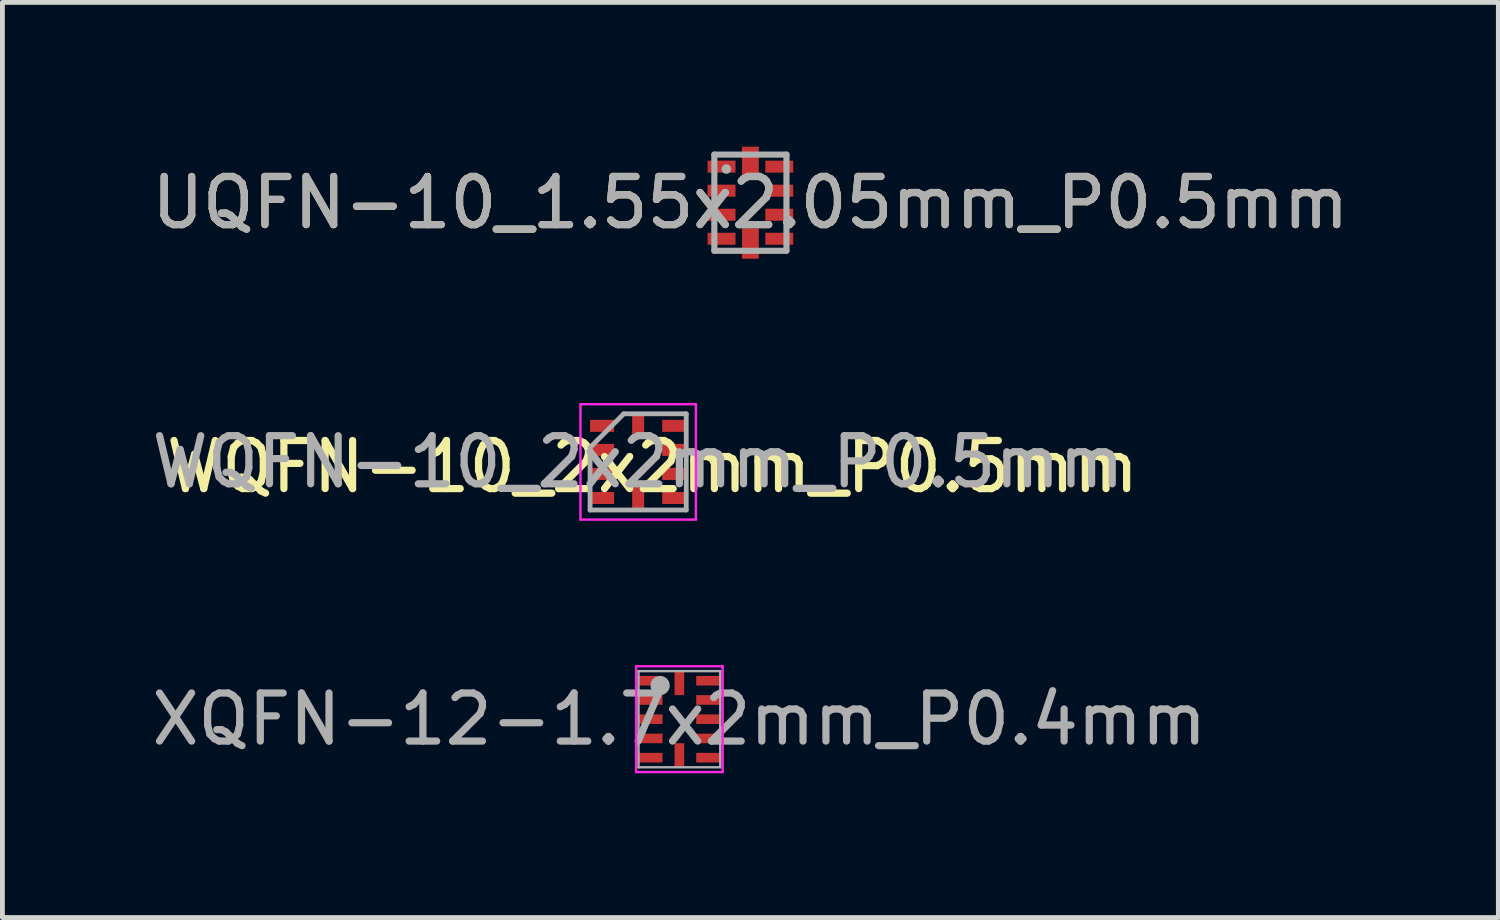
<source format=kicad_pcb>
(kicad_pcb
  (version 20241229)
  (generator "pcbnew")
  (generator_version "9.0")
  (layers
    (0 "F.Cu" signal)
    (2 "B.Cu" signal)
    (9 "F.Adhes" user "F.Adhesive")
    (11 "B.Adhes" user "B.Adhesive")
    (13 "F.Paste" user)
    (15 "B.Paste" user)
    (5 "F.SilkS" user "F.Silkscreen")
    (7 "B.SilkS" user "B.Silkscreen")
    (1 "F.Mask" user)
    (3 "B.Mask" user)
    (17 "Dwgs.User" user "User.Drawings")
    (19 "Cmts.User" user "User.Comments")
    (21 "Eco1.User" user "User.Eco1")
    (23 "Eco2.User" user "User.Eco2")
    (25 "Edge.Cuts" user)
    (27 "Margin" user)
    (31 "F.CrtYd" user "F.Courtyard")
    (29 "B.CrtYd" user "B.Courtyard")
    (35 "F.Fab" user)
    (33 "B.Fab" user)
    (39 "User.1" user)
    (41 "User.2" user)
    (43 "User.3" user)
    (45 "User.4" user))
  (footprint "XQFN-12-1.7x2mm_P0.4mm"
    (layer "F.Cu")
    (at 11.077 11.905)
    (property "Reference" "XQFN-12-1.7x2mm_P0.4mm" (at 0 0 0) (unlocked yes) (layer "F.SilkS") (effects (font (size 1 1) (thickness 0.1))))
    (attr smd)
    (fp_line (start -0.9 -1.1) (end 0.9 -1.1) (stroke (width 0.05) (type default)) (layer "F.CrtYd"))
    (fp_line (start -0.9 1.1) (end -0.9 -1.1) (stroke (width 0.05) (type default)) (layer "F.CrtYd"))
    (fp_line (start 0.9 -1.1) (end 0.9 1.1) (stroke (width 0.05) (type default)) (layer "F.CrtYd"))
    (fp_line (start 0.9 1.1) (end -0.9 1.1) (stroke (width 0.05) (type default)) (layer "F.CrtYd"))
    (fp_line (start -0.85 -1) (end -0.85 1) (stroke (width 0.05) (type solid)) (layer "F.Fab"))
    (fp_line (start -0.85 1) (end 0.85 1) (stroke (width 0.05) (type solid)) (layer "F.Fab"))
    (fp_line (start 0.85 -1) (end -0.85 -1) (stroke (width 0.05) (type solid)) (layer "F.Fab"))
    (fp_line (start 0.85 1) (end 0.85 -1) (stroke (width 0.05) (type solid)) (layer "F.Fab"))
    (fp_circle (center -0.4 -0.7) (end -0.3 -0.7) (stroke (width 0.2) (type default)) (fill no) (layer "F.Fab"))
    (fp_text user "${REFERENCE}" (at 0 0 0) (unlocked yes) (layer "F.Fab") (effects (font (size 1 1) (thickness 0.15))))
    (pad "1" smd rect (at -0.6 -0.8) (size 0.5 0.2) (layers "F.Cu" "F.Mask" "F.Paste"))
    (pad "2" smd rect (at -0.6 -0.4) (size 0.5 0.2) (layers "F.Cu" "F.Mask" "F.Paste"))
    (pad "3" smd rect (at -0.6 0) (size 0.5 0.2) (layers "F.Cu" "F.Mask" "F.Paste"))
    (pad "4" smd rect (at -0.6 0.4) (size 0.5 0.2) (layers "F.Cu" "F.Mask" "F.Paste"))
    (pad "5" smd rect (at -0.6 0.8) (size 0.5 0.2) (layers "F.Cu" "F.Mask" "F.Paste"))
    (pad "6" smd rect (at 0 0.75 90) (size 0.5 0.2) (layers "F.Cu" "F.Mask" "F.Paste"))
    (pad "7" smd rect (at 0.6 0.8) (size 0.5 0.2) (layers "F.Cu" "F.Mask" "F.Paste"))
    (pad "8" smd rect (at 0.6 0.4) (size 0.5 0.2) (layers "F.Cu" "F.Mask" "F.Paste"))
    (pad "9" smd rect (at 0.6 0) (size 0.5 0.2) (layers "F.Cu" "F.Mask" "F.Paste"))
    (pad "10" smd rect (at 0.6 -0.4) (size 0.5 0.2) (layers "F.Cu" "F.Mask" "F.Paste"))
    (pad "11" smd rect (at 0.6 -0.8) (size 0.5 0.2) (layers "F.Cu" "F.Mask" "F.Paste"))
    (pad "12" smd rect (at 0 -0.75 90) (size 0.5 0.2) (layers "F.Cu" "F.Mask" "F.Paste")))
  (footprint "WQFN-10_2x2mm_P0.5mm"
    (layer "F.Cu")
    (at 10.22 6.555)
    (property "Reference" "WQFN-10_2x2mm_P0.5mm" (at 0.3 0.1 0) (layer "F.SilkS") (effects (font (size 1 1) (thickness 0.15))))
    (attr smd)
    (fp_line (start -1.2 -1.2) (end -1.2 1.2) (stroke (width 0.05) (type solid)) (layer "F.CrtYd"))
    (fp_line (start -1.2 1.2) (end 1.2 1.2) (stroke (width 0.05) (type solid)) (layer "F.CrtYd"))
    (fp_line (start 1.2 -1.2) (end -1.2 -1.2) (stroke (width 0.05) (type solid)) (layer "F.CrtYd"))
    (fp_line (start 1.2 1.2) (end 1.2 -1.2) (stroke (width 0.05) (type solid)) (layer "F.CrtYd"))
    (fp_line (start -1 -0.3) (end -0.3 -1) (stroke (width 0.1) (type solid)) (layer "F.Fab"))
    (fp_line (start -1 1) (end -1 -0.3) (stroke (width 0.1) (type solid)) (layer "F.Fab"))
    (fp_line (start -0.3 -1) (end 1 -1) (stroke (width 0.1) (type solid)) (layer "F.Fab"))
    (fp_line (start 1 -1) (end 1 1) (stroke (width 0.1) (type solid)) (layer "F.Fab"))
    (fp_line (start 1 1) (end -1 1) (stroke (width 0.1) (type solid)) (layer "F.Fab"))
    (fp_text user "${REFERENCE}" (at 0 0 0) (layer "F.Fab") (effects (font (size 1 1) (thickness 0.15))))
    (pad "1" smd rect (at -0.75 -0.75) (size 0.5 0.25) (layers "F.Cu" "F.Mask" "F.Paste"))
    (pad "2" smd rect (at -0.75 -0.25) (size 0.5 0.25) (layers "F.Cu" "F.Mask" "F.Paste"))
    (pad "3" smd rect (at -0.75 0.25) (size 0.5 0.25) (layers "F.Cu" "F.Mask" "F.Paste"))
    (pad "4" smd rect (at -0.75 0.75 90) (size 0.25 0.5) (layers "F.Cu" "F.Mask" "F.Paste"))
    (pad "5" smd rect (at 0 0.75) (size 0.25 0.5) (layers "F.Cu" "F.Mask" "F.Paste"))
    (pad "6" smd rect (at 0.75 0.75 90) (size 0.25 0.5) (layers "F.Cu" "F.Mask" "F.Paste"))
    (pad "7" smd rect (at 0.75 0.25 90) (size 0.25 0.5) (layers "F.Cu" "F.Mask" "F.Paste"))
    (pad "8" smd rect (at 0.75 -0.25) (size 0.5 0.25) (layers "F.Cu" "F.Mask" "F.Paste"))
    (pad "9" smd rect (at 0.75 -0.75) (size 0.5 0.25) (layers "F.Cu" "F.Mask" "F.Paste"))
    (pad "10" smd rect (at 0 -0.75 90) (size 0.5 0.25) (layers "F.Cu" "F.Mask" "F.Paste")))
  (footprint "UQFN-10_1.55x2.05mm_P0.5mm"
    (layer "F.Cu")
    (at 12.554 1.165)
    (property "Reference" "UQFN-10_1.55x2.05mm_P0.5mm" (at 0 0 0) (layer "F.SilkS") (effects (font (size 1 1) (thickness 0.15))))
    (attr smd)
    (fp_line (start -0.75 -1) (end 0.75 -1) (stroke (width 0.127) (type solid)) (layer "F.Fab"))
    (fp_line (start -0.75 1) (end -0.75 -1) (stroke (width 0.127) (type solid)) (layer "F.Fab"))
    (fp_line (start 0.75 -1) (end 0.75 1) (stroke (width 0.127) (type solid)) (layer "F.Fab"))
    (fp_line (start 0.75 1) (end -0.75 1) (stroke (width 0.127) (type solid)) (layer "F.Fab"))
    (fp_circle (center -0.5 -0.7) (end -0.45 -0.7) (stroke (width 0.1) (type solid)) (fill no) (layer "F.Fab"))
    (fp_text user "${REFERENCE}" (at 0 0 0) (layer "F.Fab") (effects (font (size 1 1) (thickness 0.15))))
    (pad "1" smd rect (at -0.6 -0.75) (size 0.58 0.25) (layers "F.Cu" "F.Mask" "F.Paste"))
    (pad "2" smd rect (at -0.6 -0.25) (size 0.58 0.25) (layers "F.Cu" "F.Mask" "F.Paste"))
    (pad "3" smd rect (at -0.6 0.25) (size 0.58 0.25) (layers "F.Cu" "F.Mask" "F.Paste"))
    (pad "4" smd rect (at -0.6 0.75) (size 0.58 0.25) (layers "F.Cu" "F.Mask" "F.Paste"))
    (pad "5" smd rect (at 0 0.85 90) (size 0.63 0.35) (layers "F.Cu" "F.Mask" "F.Paste"))
    (pad "6" smd rect (at 0.6 0.75) (size 0.58 0.25) (layers "F.Cu" "F.Mask" "F.Paste"))
    (pad "7" smd rect (at 0.6 0.25) (size 0.58 0.25) (layers "F.Cu" "F.Mask" "F.Paste"))
    (pad "8" smd rect (at 0.6 -0.25) (size 0.58 0.25) (layers "F.Cu" "F.Mask" "F.Paste"))
    (pad "9" smd rect (at 0.6 -0.75) (size 0.58 0.25) (layers "F.Cu" "F.Mask" "F.Paste"))
    (pad "10" smd rect (at 0 -0.85 90) (size 0.63 0.35) (layers "F.Cu" "F.Mask" "F.Paste")))
  (gr_rect
    (start -3 -3)
    (end 28.107 16.03)
    (stroke (width 0.1) (type default))
    (fill no)
    (layer "Edge.Cuts")))
</source>
